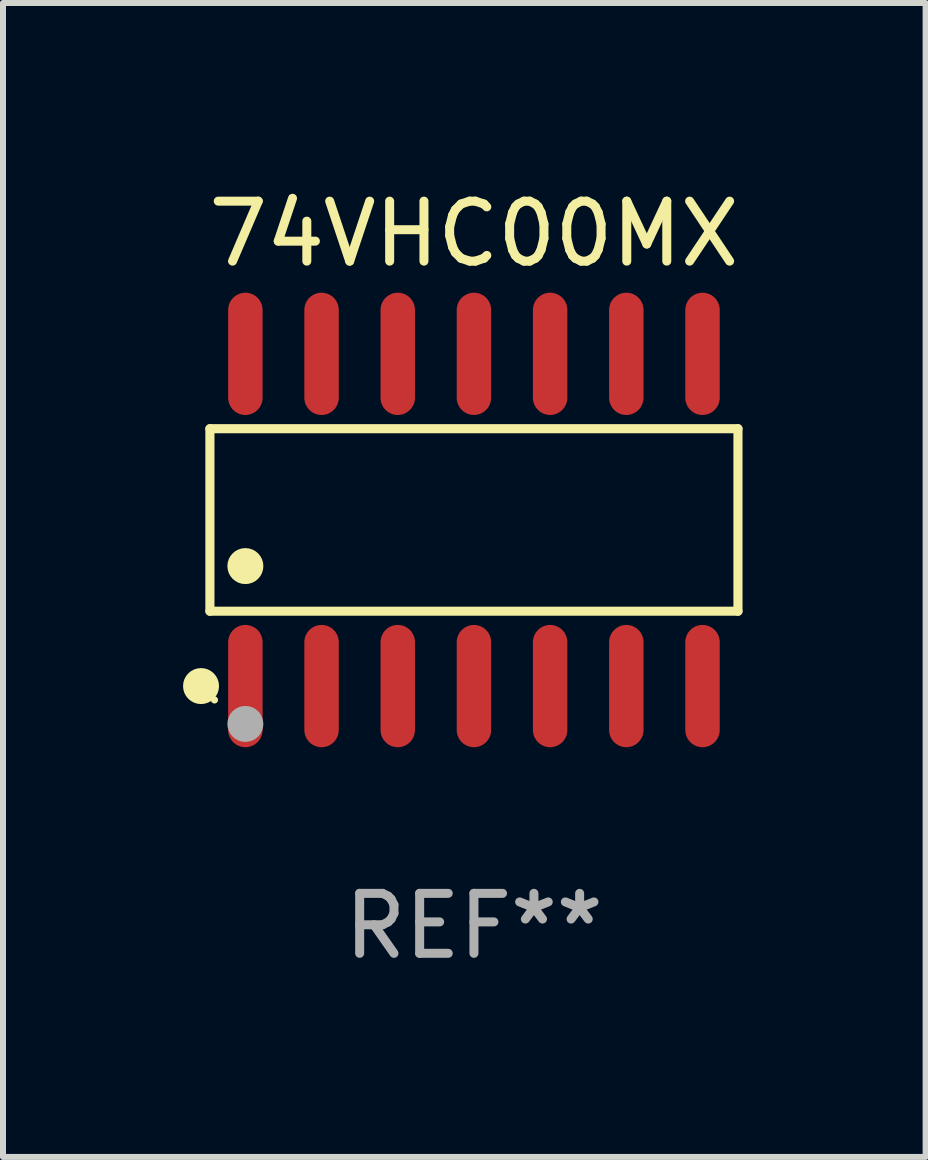
<source format=kicad_pcb>
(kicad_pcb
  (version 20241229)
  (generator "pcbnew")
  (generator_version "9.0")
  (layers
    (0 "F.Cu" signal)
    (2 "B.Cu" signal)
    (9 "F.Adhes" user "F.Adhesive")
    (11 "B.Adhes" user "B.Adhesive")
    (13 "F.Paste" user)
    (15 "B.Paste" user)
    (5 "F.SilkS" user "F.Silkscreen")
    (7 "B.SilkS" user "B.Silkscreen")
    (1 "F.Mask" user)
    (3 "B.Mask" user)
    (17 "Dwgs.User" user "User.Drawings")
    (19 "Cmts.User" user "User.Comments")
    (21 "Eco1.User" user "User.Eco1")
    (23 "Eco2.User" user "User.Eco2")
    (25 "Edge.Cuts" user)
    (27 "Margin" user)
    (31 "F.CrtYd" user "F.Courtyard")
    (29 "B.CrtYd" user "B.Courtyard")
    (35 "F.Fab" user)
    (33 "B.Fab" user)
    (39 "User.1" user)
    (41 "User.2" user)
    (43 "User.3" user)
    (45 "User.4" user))
  (footprint "74VHC00MX"
    (layer "F.Cu")
    (at 4.85 5.617)
    (property "Reference" "74VHC00MX" (at 0 -4.769 0) (layer "F.SilkS") (effects (font (size 1 1) (thickness 0.15))))
    (attr through_hole)
    (fp_line (start -4.401 -1.521) (end 4.401 -1.521) (stroke (width 0.152) (type solid)) (layer "F.SilkS"))
    (fp_line (start -4.401 1.521) (end -4.401 -1.521) (stroke (width 0.152) (type solid)) (layer "F.SilkS"))
    (fp_line (start 4.401 -1.521) (end 4.401 1.521) (stroke (width 0.152) (type solid)) (layer "F.SilkS"))
    (fp_line (start 4.401 1.521) (end -4.401 1.521) (stroke (width 0.152) (type solid)) (layer "F.SilkS"))
    (fp_circle (center -4.549 2.769) (end -4.399 2.769) (stroke (width 0.3) (type solid)) (fill no) (layer "F.SilkS"))
    (fp_circle (center -4.325 3) (end -4.295 3) (stroke (width 0.06) (type solid)) (fill no) (layer "F.SilkS"))
    (fp_circle (center -3.81 0.769) (end -3.66 0.769) (stroke (width 0.3) (type solid)) (fill no) (layer "F.SilkS"))
    (fp_circle (center -3.81 3.4) (end -3.66 3.4) (stroke (width 0.3) (type solid)) (fill no) (layer "F.Fab"))
    (fp_text user "REF**" (at 0 6.769 0) (layer "F.Fab") (effects (font (size 1 1) (thickness 0.15))))
    (pad "1" smd oval (at -3.81 2.769) (size 0.574 2.038) (layers "F.Cu" "F.Mask" "F.Paste"))
    (pad "2" smd oval (at -2.54 2.769) (size 0.574 2.038) (layers "F.Cu" "F.Mask" "F.Paste"))
    (pad "3" smd oval (at -1.27 2.769) (size 0.574 2.038) (layers "F.Cu" "F.Mask" "F.Paste"))
    (pad "4" smd oval (at 0 2.769) (size 0.574 2.038) (layers "F.Cu" "F.Mask" "F.Paste"))
    (pad "5" smd oval (at 1.27 2.769) (size 0.574 2.038) (layers "F.Cu" "F.Mask" "F.Paste"))
    (pad "6" smd oval (at 2.54 2.769) (size 0.574 2.038) (layers "F.Cu" "F.Mask" "F.Paste"))
    (pad "7" smd oval (at 3.81 2.769) (size 0.574 2.038) (layers "F.Cu" "F.Mask" "F.Paste"))
    (pad "8" smd oval (at 3.81 -2.769) (size 0.574 2.038) (layers "F.Cu" "F.Mask" "F.Paste"))
    (pad "9" smd oval (at 2.54 -2.769) (size 0.574 2.038) (layers "F.Cu" "F.Mask" "F.Paste"))
    (pad "10" smd oval (at 1.27 -2.769) (size 0.574 2.038) (layers "F.Cu" "F.Mask" "F.Paste"))
    (pad "11" smd oval (at 0 -2.769) (size 0.574 2.038) (layers "F.Cu" "F.Mask" "F.Paste"))
    (pad "12" smd oval (at -1.27 -2.769) (size 0.574 2.038) (layers "F.Cu" "F.Mask" "F.Paste"))
    (pad "13" smd oval (at -2.54 -2.769) (size 0.574 2.038) (layers "F.Cu" "F.Mask" "F.Paste"))
    (pad "14" smd oval (at -3.81 -2.769) (size 0.574 2.038) (layers "F.Cu" "F.Mask" "F.Paste")))
  (gr_rect
    (start -3 -3)
    (end 12.379 16.235)
    (stroke (width 0.1) (type default))
    (fill no)
    (layer "Edge.Cuts")))
</source>
